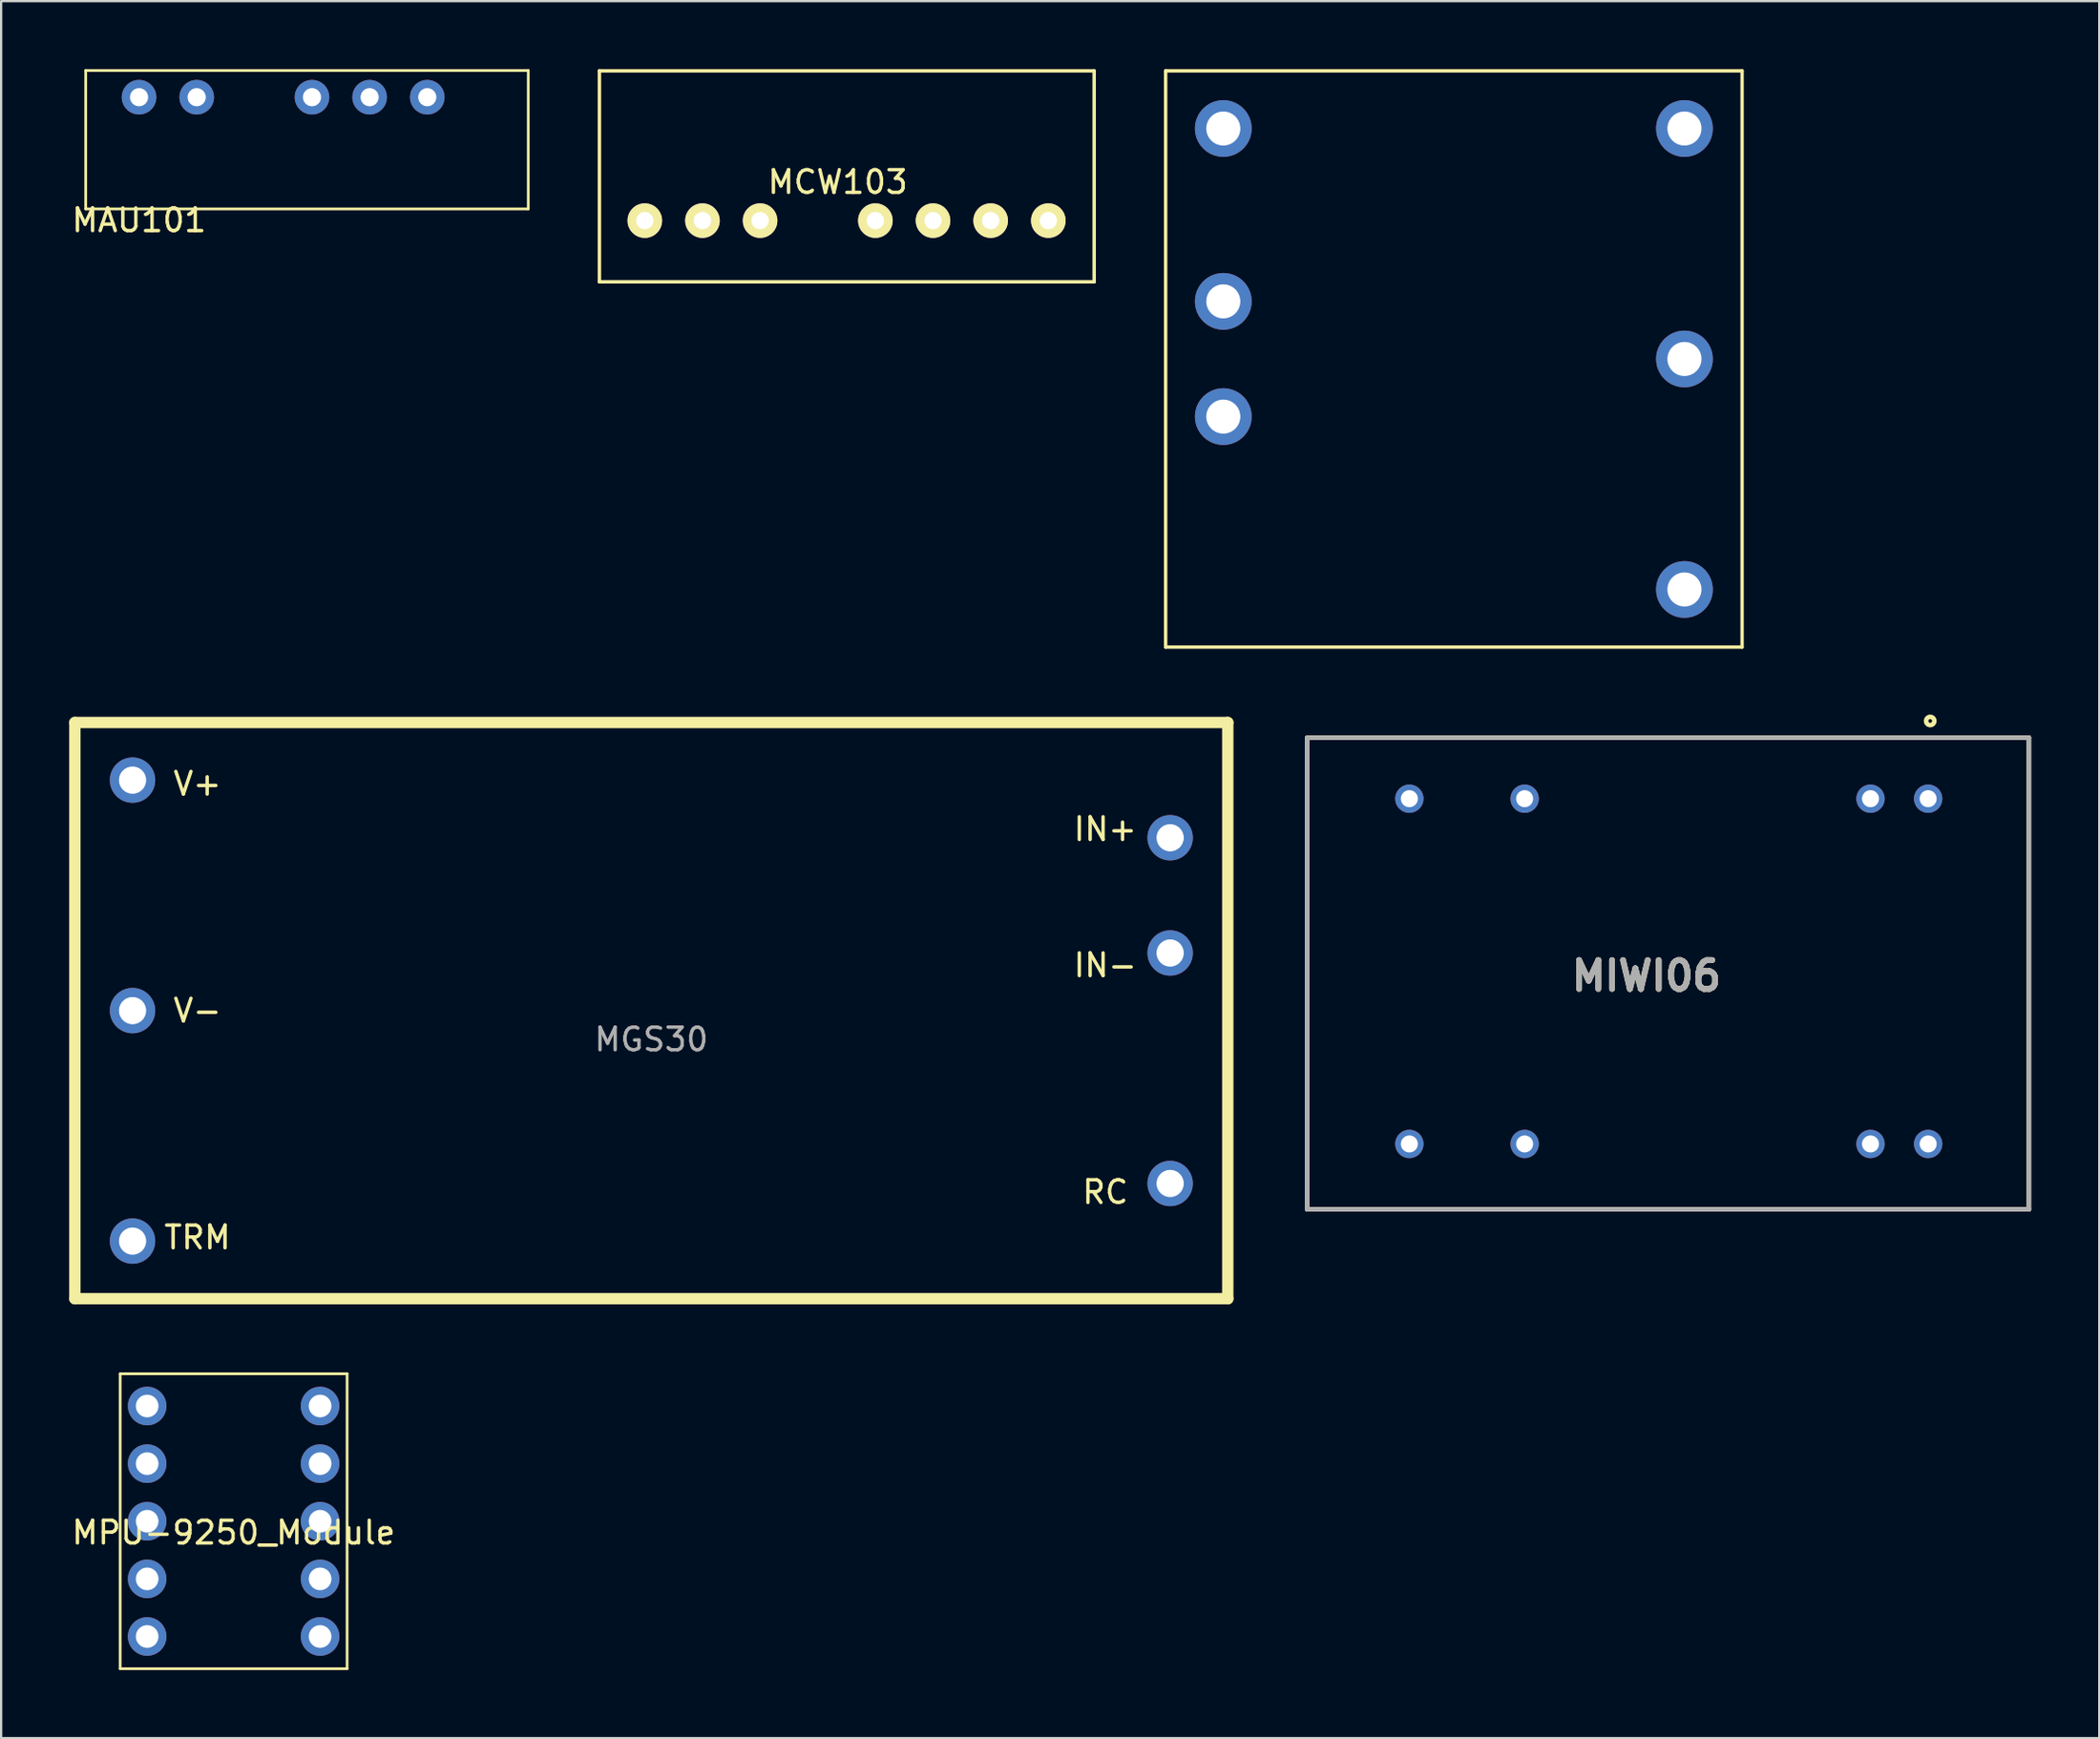
<source format=kicad_pcb>
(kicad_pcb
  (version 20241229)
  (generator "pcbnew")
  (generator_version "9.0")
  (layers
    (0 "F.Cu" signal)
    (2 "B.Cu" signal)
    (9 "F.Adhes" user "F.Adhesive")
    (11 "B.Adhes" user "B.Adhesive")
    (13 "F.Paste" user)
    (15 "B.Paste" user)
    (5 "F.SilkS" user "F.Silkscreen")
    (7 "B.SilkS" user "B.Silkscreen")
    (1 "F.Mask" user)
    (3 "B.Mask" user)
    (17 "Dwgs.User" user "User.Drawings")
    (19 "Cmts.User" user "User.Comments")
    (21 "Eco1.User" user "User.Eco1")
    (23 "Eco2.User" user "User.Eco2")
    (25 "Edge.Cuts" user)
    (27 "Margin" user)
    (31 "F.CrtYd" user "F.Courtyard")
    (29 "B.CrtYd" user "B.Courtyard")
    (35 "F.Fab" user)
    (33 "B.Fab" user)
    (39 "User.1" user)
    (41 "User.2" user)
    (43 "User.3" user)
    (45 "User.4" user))
  (footprint "MGS30"
    (layer "F.Cu")
    (at 25.65 41.5)
    (property "Reference" "MGS30" (at 0 1.27 0) (layer "F.Fab") (effects (font (size 1 1) (thickness 0.15))))
    (attr through_hole)
    (fp_line (start -25.4 -12.7) (end -25.4 12.7) (stroke (width 0.5) (type solid)) (layer "F.SilkS"))
    (fp_line (start -25.4 12.7) (end 25.4 12.7) (stroke (width 0.5) (type solid)) (layer "F.SilkS"))
    (fp_line (start 25.4 -12.7) (end -25.4 -12.7) (stroke (width 0.5) (type solid)) (layer "F.SilkS"))
    (fp_line (start 25.4 12.7) (end 25.4 -12.7) (stroke (width 0.5) (type solid)) (layer "F.SilkS"))
    (fp_text user "V-" (at -20 0 0) (layer "F.SilkS") (effects (font (size 1 1) (thickness 0.15))))
    (fp_text user "V+" (at -20 -10 0) (layer "F.SilkS") (effects (font (size 1 1) (thickness 0.15))))
    (fp_text user "IN+" (at 20 -8 0) (layer "F.SilkS") (effects (font (size 1 1) (thickness 0.15))))
    (fp_text user "TRM" (at -20 10 0) (layer "F.SilkS") (effects (font (size 1 1) (thickness 0.15))))
    (fp_text user "IN-" (at 20 -2 0) (layer "F.SilkS") (effects (font (size 1 1) (thickness 0.15))))
    (fp_text user "RC" (at 20 8 0) (layer "F.SilkS") (effects (font (size 1 1) (thickness 0.15))))
    (pad "1" thru_hole circle (at -22.86 -10.16) (size 2 2) (drill 1.2) (layers "*.Cu" "*.Mask"))
    (pad "2" thru_hole circle (at -22.86 10.16) (size 2 2) (drill 1.2) (layers "*.Cu" "*.Mask"))
    (pad "3" thru_hole circle (at -22.86 0) (size 2 2) (drill 1.2) (layers "*.Cu" "*.Mask"))
    (pad "4" thru_hole circle (at 22.86 7.62) (size 2 2) (drill 1.2) (layers "*.Cu" "*.Mask"))
    (pad "5" thru_hole circle (at 22.86 -2.54) (size 2 2) (drill 1.2) (layers "*.Cu" "*.Mask"))
    (pad "6" thru_hole circle (at 22.86 -7.62) (size 2 2) (drill 1.2) (layers "*.Cu" "*.Mask")))
  (footprint "MAU101"
    (layer "F.Cu")
    (at 3.077 6.16)
    (property "Reference" "MAU101" (at 0 0.5 0) (layer "F.SilkS") (effects (font (size 1 1) (thickness 0.15))))
    (attr through_hole)
    (fp_line (start -2.35 -6.1) (end 17.15 -6.1) (stroke (width 0.12) (type solid)) (layer "F.SilkS"))
    (fp_line (start -2.35 0) (end -2.35 -6.1) (stroke (width 0.12) (type solid)) (layer "F.SilkS"))
    (fp_line (start -2.35 0) (end 17.15 0) (stroke (width 0.12) (type solid)) (layer "F.SilkS"))
    (fp_line (start 17.15 -6.1) (end 17.15 0) (stroke (width 0.12) (type solid)) (layer "F.SilkS"))
    (pad "1" thru_hole circle (at 0 -4.925) (size 1.524 1.524) (drill 0.8) (layers "*.Cu" "*.Mask"))
    (pad "2" thru_hole circle (at 2.54 -4.925) (size 1.524 1.524) (drill 0.8) (layers "*.Cu" "*.Mask"))
    (pad "4" thru_hole circle (at 7.62 -4.925) (size 1.524 1.524) (drill 0.8) (layers "*.Cu" "*.Mask"))
    (pad "5" thru_hole circle (at 10.16 -4.925) (size 1.524 1.524) (drill 0.8) (layers "*.Cu" "*.Mask"))
    (pad "6" thru_hole circle (at 12.7 -4.925) (size 1.524 1.524) (drill 0.8) (layers "*.Cu" "*.Mask")))
  (footprint "MIWI06"
    (layer "F.Cu")
    (at 54.55 39.768)
    (property "Reference" "MIWI06" (at 14.943 0.201 0) (layer "F.SilkS") (effects (font (size 1.27 1.27) (thickness 0.254))))
    (attr through_hole)
    (fp_line (start 0 -10.298) (end 31.8 -10.298) (stroke (width 0.2) (type solid)) (layer "F.SilkS"))
    (fp_line (start 0 10.494) (end 0 -10.298) (stroke (width 0.2) (type solid)) (layer "F.SilkS"))
    (fp_line (start 31.8 -10.298) (end 31.8 10.494) (stroke (width 0.2) (type solid)) (layer "F.SilkS"))
    (fp_line (start 31.8 10.494) (end 0 10.494) (stroke (width 0.2) (type solid)) (layer "F.SilkS"))
    (fp_circle (center 27.451 -11.036) (end 27.451 -10.954) (stroke (width 0.2) (type solid)) (fill no) (layer "F.SilkS"))
    (fp_line (start 0 -10.298) (end 31.8 -10.298) (stroke (width 0.2) (type solid)) (layer "F.Fab"))
    (fp_line (start 0 10.494) (end 0 -10.298) (stroke (width 0.2) (type solid)) (layer "F.Fab"))
    (fp_line (start 31.8 -10.298) (end 31.8 10.494) (stroke (width 0.2) (type solid)) (layer "F.Fab"))
    (fp_line (start 31.8 10.494) (end 0 10.494) (stroke (width 0.2) (type solid)) (layer "F.Fab"))
    (fp_text user "${REFERENCE}" (at 14.943 0.201 0) (layer "F.Fab") (effects (font (size 1.27 1.27) (thickness 0.254))))
    (pad "2" thru_hole circle (at 27.36 -7.61) (size 1.25 1.25) (drill 0.75) (layers "*.Cu" "*.Mask"))
    (pad "3" thru_hole circle (at 24.82 -7.61) (size 1.25 1.25) (drill 0.75) (layers "*.Cu" "*.Mask"))
    (pad "9" thru_hole circle (at 9.58 -7.61) (size 1.25 1.25) (drill 0.75) (layers "*.Cu" "*.Mask"))
    (pad "11" thru_hole circle (at 4.5 -7.61) (size 1.25 1.25) (drill 0.75) (layers "*.Cu" "*.Mask"))
    (pad "14" thru_hole circle (at 4.5 7.61) (size 1.25 1.25) (drill 0.75) (layers "*.Cu" "*.Mask"))
    (pad "16" thru_hole circle (at 9.58 7.61) (size 1.25 1.25) (drill 0.75) (layers "*.Cu" "*.Mask"))
    (pad "22" thru_hole circle (at 24.82 7.61) (size 1.25 1.25) (drill 0.75) (layers "*.Cu" "*.Mask"))
    (pad "23" thru_hole circle (at 27.36 7.61) (size 1.25 1.25) (drill 0.75) (layers "*.Cu" "*.Mask")))
  (footprint "MPU-9250_Module"
    (layer "F.Cu")
    (at 7.244 64.01)
    (property "Reference" "MPU-9250_Module" (at 0 0.5 0) (layer "F.SilkS") (effects (font (size 1 1) (thickness 0.15))))
    (attr through_hole)
    (fp_line (start -5 -6.5) (end -5 6.5) (stroke (width 0.12) (type solid)) (layer "F.SilkS"))
    (fp_line (start -5 6.5) (end 5 6.5) (stroke (width 0.12) (type solid)) (layer "F.SilkS"))
    (fp_line (start 5 -6.5) (end -5 -6.5) (stroke (width 0.12) (type solid)) (layer "F.SilkS"))
    (fp_line (start 5 6.5) (end 5 -6.5) (stroke (width 0.12) (type solid)) (layer "F.SilkS"))
    (pad "1" thru_hole circle (at -3.81 -5.08) (size 1.7 1.7) (drill 1) (layers "*.Cu" "*.Mask"))
    (pad "2" thru_hole circle (at -3.81 -2.54) (size 1.7 1.7) (drill 1) (layers "*.Cu" "*.Mask"))
    (pad "3" thru_hole circle (at -3.81 0) (size 1.7 1.7) (drill 1) (layers "*.Cu" "*.Mask"))
    (pad "4" thru_hole circle (at -3.81 2.54) (size 1.7 1.7) (drill 1) (layers "*.Cu" "*.Mask"))
    (pad "5" thru_hole circle (at -3.81 5.08) (size 1.7 1.7) (drill 1) (layers "*.Cu" "*.Mask"))
    (pad "6" thru_hole circle (at 3.81 5.08) (size 1.7 1.7) (drill 1) (layers "*.Cu" "*.Mask"))
    (pad "7" thru_hole circle (at 3.81 2.54) (size 1.7 1.7) (drill 1) (layers "*.Cu" "*.Mask"))
    (pad "8" thru_hole circle (at 3.81 0) (size 1.7 1.7) (drill 1) (layers "*.Cu" "*.Mask"))
    (pad "9" thru_hole circle (at 3.81 -2.54) (size 1.7 1.7) (drill 1) (layers "*.Cu" "*.Mask"))
    (pad "10" thru_hole circle (at 3.81 -5.08) (size 1.7 1.7) (drill 1) (layers "*.Cu" "*.Mask")))
  (footprint "MCW103"
    (layer "F.Cu")
    (at 33.862 4.975)
    (property "Reference" "MCW103" (at 0 0 0) (layer "F.SilkS") (effects (font (size 1 1) (thickness 0.15))))
    (attr through_hole)
    (fp_line (start -10.5 -4.9) (end 11.3 -4.9) (stroke (width 0.15) (type solid)) (layer "F.SilkS"))
    (fp_line (start -10.5 4.4) (end -10.5 -4.9) (stroke (width 0.15) (type solid)) (layer "F.SilkS"))
    (fp_line (start 11.3 -4.9) (end 11.3 4.4) (stroke (width 0.15) (type solid)) (layer "F.SilkS"))
    (fp_line (start 11.3 4.4) (end -10.5 4.4) (stroke (width 0.15) (type solid)) (layer "F.SilkS"))
    (pad "1" thru_hole circle (at -8.5 1.7) (size 1.524 1.524) (drill 0.762) (layers "*.Cu" "*.Mask" "F.SilkS"))
    (pad "2" thru_hole circle (at -5.96 1.7) (size 1.524 1.524) (drill 0.762) (layers "*.Cu" "*.Mask" "F.SilkS"))
    (pad "3" thru_hole circle (at -3.42 1.7) (size 1.524 1.524) (drill 0.762) (layers "*.Cu" "*.Mask" "F.SilkS"))
    (pad "4" thru_hole circle (at 1.66 1.7) (size 1.524 1.524) (drill 0.762) (layers "*.Cu" "*.Mask" "F.SilkS"))
    (pad "5" thru_hole circle (at 4.2 1.7) (size 1.524 1.524) (drill 0.762) (layers "*.Cu" "*.Mask" "F.SilkS"))
    (pad "6" thru_hole circle (at 6.74 1.7) (size 1.524 1.524) (drill 0.762) (layers "*.Cu" "*.Mask" "F.SilkS"))
    (pad "7" thru_hole circle (at 9.28 1.7) (size 1.524 1.524) (drill 0.762) (layers "*.Cu" "*.Mask" "F.SilkS")))
  (footprint "MGFS402412"
    (layer "F.Cu")
    (at 50.852 12.775)
    (property "Reference" "MGFS402412" (at 10.16 0 0) (layer "F.SilkS") (effects (font (size 0.001 0.001) (thickness 0.0001))))
    (attr through_hole)
    (fp_line (start -2.54 -12.7) (end -2.54 12.7) (stroke (width 0.15) (type solid)) (layer "F.SilkS"))
    (fp_line (start -2.54 12.7) (end 22.86 12.7) (stroke (width 0.15) (type solid)) (layer "F.SilkS"))
    (fp_line (start 22.86 -12.7) (end -2.54 -12.7) (stroke (width 0.15) (type solid)) (layer "F.SilkS"))
    (fp_line (start 22.86 12.7) (end 22.86 -12.7) (stroke (width 0.15) (type solid)) (layer "F.SilkS"))
    (pad "1" thru_hole circle (at 20.32 -10.16) (size 2.5 2.5) (drill 1.5) (layers "*.Cu" "*.Mask"))
    (pad "2" thru_hole circle (at 20.32 0) (size 2.5 2.5) (drill 1.5) (layers "*.Cu" "*.Mask"))
    (pad "3" thru_hole circle (at 20.32 10.16) (size 2.5 2.5) (drill 1.5) (layers "*.Cu" "*.Mask"))
    (pad "4" thru_hole circle (at 0 -10.16) (size 2.5 2.5) (drill 1.5) (layers "*.Cu" "*.Mask"))
    (pad "5" thru_hole circle (at 0 -2.54) (size 2.5 2.5) (drill 1.5) (layers "*.Cu" "*.Mask"))
    (pad "6" thru_hole circle (at 0 2.54) (size 2.5 2.5) (drill 1.5) (layers "*.Cu" "*.Mask")))
  (gr_rect
    (start -3 -3)
    (end 89.45 73.57)
    (stroke (width 0.1) (type default))
    (fill no)
    (layer "Edge.Cuts")))
</source>
